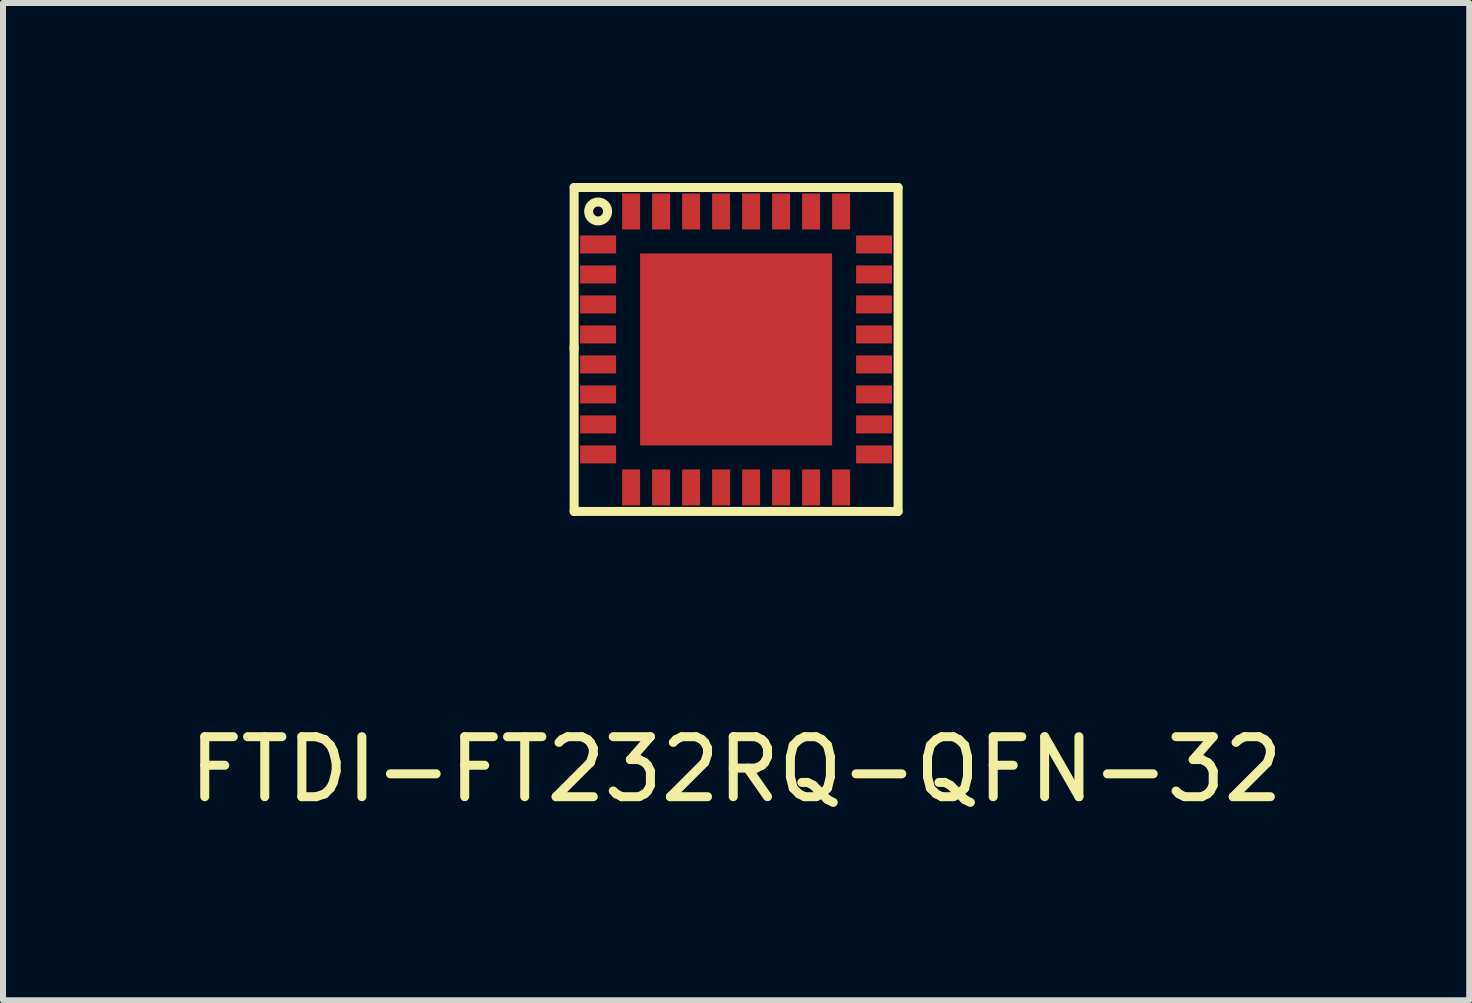
<source format=kicad_pcb>
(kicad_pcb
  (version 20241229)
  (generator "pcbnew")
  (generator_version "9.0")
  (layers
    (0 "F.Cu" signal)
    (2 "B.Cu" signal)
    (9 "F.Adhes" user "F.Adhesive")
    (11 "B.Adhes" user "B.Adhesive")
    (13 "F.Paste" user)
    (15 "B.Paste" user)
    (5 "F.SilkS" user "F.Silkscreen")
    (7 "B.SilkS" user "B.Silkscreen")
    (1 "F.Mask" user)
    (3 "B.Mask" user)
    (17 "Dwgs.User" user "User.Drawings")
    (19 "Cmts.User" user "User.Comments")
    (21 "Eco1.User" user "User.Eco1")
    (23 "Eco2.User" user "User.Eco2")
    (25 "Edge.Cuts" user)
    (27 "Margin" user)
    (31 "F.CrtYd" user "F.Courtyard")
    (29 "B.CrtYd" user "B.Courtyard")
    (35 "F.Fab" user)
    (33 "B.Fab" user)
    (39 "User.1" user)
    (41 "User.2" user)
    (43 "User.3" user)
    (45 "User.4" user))
  (footprint "FTDI-FT232RQ-QFN-32"
    (layer "F.Cu")
    (at 9.22 2.775)
    (property "Reference" "FTDI-FT232RQ-QFN-32" (at 0 7 0) (layer "F.SilkS") (effects (font (size 1 1) (thickness 0.15))))
    (attr through_hole)
    (fp_line (start -2.7 -2.7) (end 2.7 -2.7) (stroke (width 0.15) (type solid)) (layer "F.SilkS"))
    (fp_line (start -2.7 0) (end -2.7 -2.7) (stroke (width 0.15) (type solid)) (layer "F.SilkS"))
    (fp_line (start -2.7 2.7) (end -2.7 -0.05) (stroke (width 0.15) (type solid)) (layer "F.SilkS"))
    (fp_line (start 2.7 -2.7) (end 2.7 2.7) (stroke (width 0.15) (type solid)) (layer "F.SilkS"))
    (fp_line (start 2.7 2.7) (end -2.7 2.7) (stroke (width 0.15) (type solid)) (layer "F.SilkS"))
    (fp_circle (center -2.3 -2.3) (end -2.25 -2.15) (stroke (width 0.15) (type solid)) (fill no) (layer "F.SilkS"))
    (fp_line (start -0.85 -1.25) (end -1.15 -1.25) (stroke (width 0.3) (type solid)) (layer "F.Paste"))
    (fp_line (start -0.85 -0.75) (end -1.15 -0.75) (stroke (width 0.3) (type solid)) (layer "F.Paste"))
    (fp_line (start -0.85 -0.25) (end -1.15 -0.25) (stroke (width 0.3) (type solid)) (layer "F.Paste"))
    (fp_line (start -0.85 0.25) (end -1.15 0.25) (stroke (width 0.3) (type solid)) (layer "F.Paste"))
    (fp_line (start -0.85 0.75) (end -1.15 0.75) (stroke (width 0.3) (type solid)) (layer "F.Paste"))
    (fp_line (start -0.85 1.25) (end -1.15 1.25) (stroke (width 0.3) (type solid)) (layer "F.Paste"))
    (fp_line (start 0.15 -1.25) (end -0.15 -1.25) (stroke (width 0.3) (type solid)) (layer "F.Paste"))
    (fp_line (start 0.15 -0.75) (end -0.15 -0.75) (stroke (width 0.3) (type solid)) (layer "F.Paste"))
    (fp_line (start 0.15 -0.25) (end -0.15 -0.25) (stroke (width 0.3) (type solid)) (layer "F.Paste"))
    (fp_line (start 0.15 0.25) (end -0.15 0.25) (stroke (width 0.3) (type solid)) (layer "F.Paste"))
    (fp_line (start 0.15 0.75) (end -0.15 0.75) (stroke (width 0.3) (type solid)) (layer "F.Paste"))
    (fp_line (start 0.15 1.25) (end -0.15 1.25) (stroke (width 0.3) (type solid)) (layer "F.Paste"))
    (fp_line (start 1.15 -1.25) (end 0.85 -1.25) (stroke (width 0.3) (type solid)) (layer "F.Paste"))
    (fp_line (start 1.15 -0.75) (end 0.85 -0.75) (stroke (width 0.3) (type solid)) (layer "F.Paste"))
    (fp_line (start 1.15 -0.25) (end 0.85 -0.25) (stroke (width 0.3) (type solid)) (layer "F.Paste"))
    (fp_line (start 1.15 0.25) (end 0.85 0.25) (stroke (width 0.3) (type solid)) (layer "F.Paste"))
    (fp_line (start 1.15 0.75) (end 0.85 0.75) (stroke (width 0.3) (type solid)) (layer "F.Paste"))
    (fp_line (start 1.15 1.25) (end 0.85 1.25) (stroke (width 0.3) (type solid)) (layer "F.Paste"))
    (pad "1" smd rect (at -2.3 -1.75) (size 0.6 0.3) (layers "F.Cu" "F.Mask" "F.Paste"))
    (pad "2" smd rect (at -2.3 -1.25) (size 0.6 0.3) (layers "F.Cu" "F.Mask" "F.Paste"))
    (pad "3" smd rect (at -2.3 -0.75) (size 0.6 0.3) (layers "F.Cu" "F.Mask" "F.Paste"))
    (pad "4" smd rect (at -2.3 -0.25) (size 0.6 0.3) (layers "F.Cu" "F.Mask" "F.Paste"))
    (pad "5" smd rect (at -2.3 0.25) (size 0.6 0.3) (layers "F.Cu" "F.Mask" "F.Paste"))
    (pad "6" smd rect (at -2.3 0.75) (size 0.6 0.3) (layers "F.Cu" "F.Mask" "F.Paste"))
    (pad "7" smd rect (at -2.3 1.25) (size 0.6 0.3) (layers "F.Cu" "F.Mask" "F.Paste"))
    (pad "8" smd rect (at -2.3 1.75) (size 0.6 0.3) (layers "F.Cu" "F.Mask" "F.Paste"))
    (pad "9" smd rect (at -1.75 2.3) (size 0.3 0.6) (layers "F.Cu" "F.Mask" "F.Paste"))
    (pad "10" smd rect (at -1.25 2.3) (size 0.3 0.6) (layers "F.Cu" "F.Mask" "F.Paste"))
    (pad "11" smd rect (at -0.75 2.3) (size 0.3 0.6) (layers "F.Cu" "F.Mask" "F.Paste"))
    (pad "12" smd rect (at -0.25 2.3) (size 0.3 0.6) (layers "F.Cu" "F.Mask" "F.Paste"))
    (pad "13" smd rect (at 0.25 2.3) (size 0.3 0.6) (layers "F.Cu" "F.Mask" "F.Paste"))
    (pad "14" smd rect (at 0.75 2.3) (size 0.3 0.6) (layers "F.Cu" "F.Mask" "F.Paste"))
    (pad "15" smd rect (at 1.25 2.3) (size 0.3 0.6) (layers "F.Cu" "F.Mask" "F.Paste"))
    (pad "16" smd rect (at 1.75 2.3) (size 0.3 0.6) (layers "F.Cu" "F.Mask" "F.Paste"))
    (pad "17" smd rect (at 2.3 1.75) (size 0.6 0.3) (layers "F.Cu" "F.Mask" "F.Paste"))
    (pad "18" smd rect (at 2.3 1.25) (size 0.6 0.3) (layers "F.Cu" "F.Mask" "F.Paste"))
    (pad "19" smd rect (at 2.3 0.75) (size 0.6 0.3) (layers "F.Cu" "F.Mask" "F.Paste"))
    (pad "20" smd rect (at 2.3 0.25) (size 0.6 0.3) (layers "F.Cu" "F.Mask" "F.Paste"))
    (pad "21" smd rect (at 2.3 -0.25) (size 0.6 0.3) (layers "F.Cu" "F.Mask" "F.Paste"))
    (pad "22" smd rect (at 2.3 -0.75) (size 0.6 0.3) (layers "F.Cu" "F.Mask" "F.Paste"))
    (pad "23" smd rect (at 2.3 -1.25) (size 0.6 0.3) (layers "F.Cu" "F.Mask" "F.Paste"))
    (pad "24" smd rect (at 2.3 -1.75) (size 0.6 0.3) (layers "F.Cu" "F.Mask" "F.Paste"))
    (pad "25" smd rect (at 1.75 -2.3) (size 0.3 0.6) (layers "F.Cu" "F.Mask" "F.Paste"))
    (pad "26" smd rect (at 1.25 -2.3) (size 0.3 0.6) (layers "F.Cu" "F.Mask" "F.Paste"))
    (pad "27" smd rect (at 0.75 -2.3) (size 0.3 0.6) (layers "F.Cu" "F.Mask" "F.Paste"))
    (pad "28" smd rect (at 0.25 -2.3) (size 0.3 0.6) (layers "F.Cu" "F.Mask" "F.Paste"))
    (pad "29" smd rect (at -0.25 -2.3) (size 0.3 0.6) (layers "F.Cu" "F.Mask" "F.Paste"))
    (pad "30" smd rect (at -0.75 -2.3) (size 0.3 0.6) (layers "F.Cu" "F.Mask" "F.Paste"))
    (pad "31" smd rect (at -1.25 -2.3) (size 0.3 0.6) (layers "F.Cu" "F.Mask" "F.Paste"))
    (pad "32" smd rect (at -1.75 -2.3) (size 0.3 0.6) (layers "F.Cu" "F.Mask" "F.Paste"))
    (pad "33" smd rect (at 0 0) (size 3.2 3.2) (layers "F.Cu" "F.Mask")))
  (gr_rect
    (start -3 -3)
    (end 21.44 13.623)
    (stroke (width 0.1) (type default))
    (fill no)
    (layer "Edge.Cuts")))
</source>
